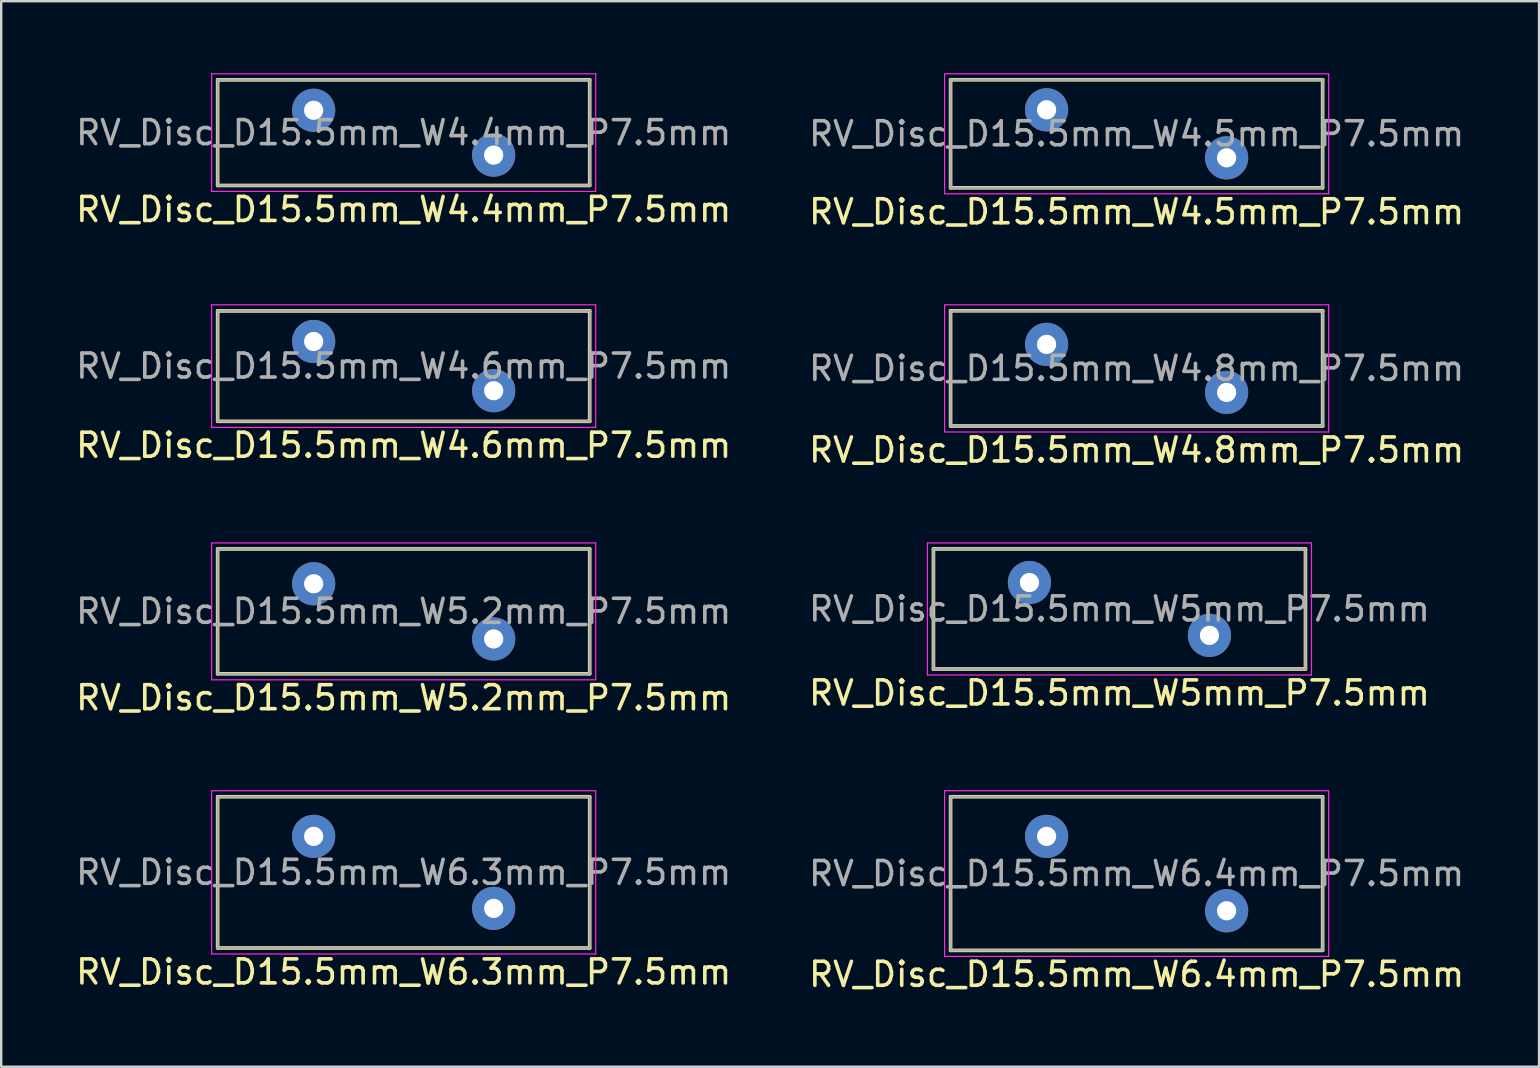
<source format=kicad_pcb>
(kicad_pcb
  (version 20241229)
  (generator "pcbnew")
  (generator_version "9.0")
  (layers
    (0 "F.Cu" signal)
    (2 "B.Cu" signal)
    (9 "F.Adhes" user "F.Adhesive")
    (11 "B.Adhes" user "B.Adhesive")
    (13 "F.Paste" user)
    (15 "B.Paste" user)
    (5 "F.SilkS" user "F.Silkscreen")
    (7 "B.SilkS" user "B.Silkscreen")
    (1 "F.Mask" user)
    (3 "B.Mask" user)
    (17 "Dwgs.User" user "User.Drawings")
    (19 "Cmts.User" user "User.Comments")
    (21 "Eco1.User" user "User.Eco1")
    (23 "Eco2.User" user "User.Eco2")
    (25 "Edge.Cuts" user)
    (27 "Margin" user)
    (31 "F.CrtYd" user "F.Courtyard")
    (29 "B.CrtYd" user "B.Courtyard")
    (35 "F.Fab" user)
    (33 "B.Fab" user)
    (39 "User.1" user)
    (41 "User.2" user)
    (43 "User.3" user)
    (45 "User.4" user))
  (footprint "RV_Disc_D15.5mm_W6.4mm_P7.5mm"
    (layer "F.Cu")
    (at 40.554 31.795)
    (property "Reference" "RV_Disc_D15.5mm_W6.4mm_P7.5mm" (at 3.75 5.75 0) (layer "F.SilkS") (effects (font (size 1 1) (thickness 0.15))))
    (attr through_hole)
    (fp_line (start -4 -1.65) (end -4 4.75) (stroke (width 0.15) (type solid)) (layer "F.SilkS"))
    (fp_line (start -4 -1.65) (end 11.5 -1.65) (stroke (width 0.15) (type solid)) (layer "F.SilkS"))
    (fp_line (start -4 4.75) (end 11.5 4.75) (stroke (width 0.15) (type solid)) (layer "F.SilkS"))
    (fp_line (start 11.5 -1.65) (end 11.5 4.75) (stroke (width 0.15) (type solid)) (layer "F.SilkS"))
    (fp_line (start -4.25 -1.9) (end -4.25 5) (stroke (width 0.05) (type solid)) (layer "F.CrtYd"))
    (fp_line (start -4.25 -1.9) (end 11.75 -1.9) (stroke (width 0.05) (type solid)) (layer "F.CrtYd"))
    (fp_line (start -4.25 5) (end 11.75 5) (stroke (width 0.05) (type solid)) (layer "F.CrtYd"))
    (fp_line (start 11.75 -1.9) (end 11.75 5) (stroke (width 0.05) (type solid)) (layer "F.CrtYd"))
    (fp_line (start -4 -1.65) (end -4 4.75) (stroke (width 0.1) (type solid)) (layer "F.Fab"))
    (fp_line (start -4 -1.65) (end 11.5 -1.65) (stroke (width 0.1) (type solid)) (layer "F.Fab"))
    (fp_line (start -4 4.75) (end 11.5 4.75) (stroke (width 0.1) (type solid)) (layer "F.Fab"))
    (fp_line (start 11.5 -1.65) (end 11.5 4.75) (stroke (width 0.1) (type solid)) (layer "F.Fab"))
    (fp_text user "${REFERENCE}" (at 3.75 1.55 0) (layer "F.Fab") (effects (font (size 1 1) (thickness 0.15))))
    (pad "1" thru_hole circle (at 0 0) (size 1.8 1.8) (drill 0.8) (layers "*.Cu" "*.Mask"))
    (pad "2" thru_hole circle (at 7.5 3.1) (size 1.8 1.8) (drill 0.8) (layers "*.Cu" "*.Mask")))
  (footprint "RV_Disc_D15.5mm_W5.2mm_P7.5mm"
    (layer "F.Cu")
    (at 10.018 21.271)
    (property "Reference" "RV_Disc_D15.5mm_W5.2mm_P7.5mm" (at 3.75 4.75 0) (layer "F.SilkS") (effects (font (size 1 1) (thickness 0.15))))
    (attr through_hole)
    (fp_line (start -4 -1.45) (end -4 3.75) (stroke (width 0.15) (type solid)) (layer "F.SilkS"))
    (fp_line (start -4 -1.45) (end 11.5 -1.45) (stroke (width 0.15) (type solid)) (layer "F.SilkS"))
    (fp_line (start -4 3.75) (end 11.5 3.75) (stroke (width 0.15) (type solid)) (layer "F.SilkS"))
    (fp_line (start 11.5 -1.45) (end 11.5 3.75) (stroke (width 0.15) (type solid)) (layer "F.SilkS"))
    (fp_line (start -4.25 -1.7) (end -4.25 4) (stroke (width 0.05) (type solid)) (layer "F.CrtYd"))
    (fp_line (start -4.25 -1.7) (end 11.75 -1.7) (stroke (width 0.05) (type solid)) (layer "F.CrtYd"))
    (fp_line (start -4.25 4) (end 11.75 4) (stroke (width 0.05) (type solid)) (layer "F.CrtYd"))
    (fp_line (start 11.75 -1.7) (end 11.75 4) (stroke (width 0.05) (type solid)) (layer "F.CrtYd"))
    (fp_line (start -4 -1.45) (end -4 3.75) (stroke (width 0.1) (type solid)) (layer "F.Fab"))
    (fp_line (start -4 -1.45) (end 11.5 -1.45) (stroke (width 0.1) (type solid)) (layer "F.Fab"))
    (fp_line (start -4 3.75) (end 11.5 3.75) (stroke (width 0.1) (type solid)) (layer "F.Fab"))
    (fp_line (start 11.5 -1.45) (end 11.5 3.75) (stroke (width 0.1) (type solid)) (layer "F.Fab"))
    (fp_text user "${REFERENCE}" (at 3.75 1.15 0) (layer "F.Fab") (effects (font (size 1 1) (thickness 0.15))))
    (pad "1" thru_hole circle (at 0 0) (size 1.8 1.8) (drill 0.8) (layers "*.Cu" "*.Mask"))
    (pad "2" thru_hole circle (at 7.5 2.3) (size 1.8 1.8) (drill 0.8) (layers "*.Cu" "*.Mask")))
  (footprint "RV_Disc_D15.5mm_W6.3mm_P7.5mm"
    (layer "F.Cu")
    (at 10.018 31.795)
    (property "Reference" "RV_Disc_D15.5mm_W6.3mm_P7.5mm" (at 3.75 5.65 0) (layer "F.SilkS") (effects (font (size 1 1) (thickness 0.15))))
    (attr through_hole)
    (fp_line (start -4 -1.65) (end -4 4.65) (stroke (width 0.15) (type solid)) (layer "F.SilkS"))
    (fp_line (start -4 -1.65) (end 11.5 -1.65) (stroke (width 0.15) (type solid)) (layer "F.SilkS"))
    (fp_line (start -4 4.65) (end 11.5 4.65) (stroke (width 0.15) (type solid)) (layer "F.SilkS"))
    (fp_line (start 11.5 -1.65) (end 11.5 4.65) (stroke (width 0.15) (type solid)) (layer "F.SilkS"))
    (fp_line (start -4.25 -1.9) (end -4.25 4.9) (stroke (width 0.05) (type solid)) (layer "F.CrtYd"))
    (fp_line (start -4.25 -1.9) (end 11.75 -1.9) (stroke (width 0.05) (type solid)) (layer "F.CrtYd"))
    (fp_line (start -4.25 4.9) (end 11.75 4.9) (stroke (width 0.05) (type solid)) (layer "F.CrtYd"))
    (fp_line (start 11.75 -1.9) (end 11.75 4.9) (stroke (width 0.05) (type solid)) (layer "F.CrtYd"))
    (fp_line (start -4 -1.65) (end -4 4.65) (stroke (width 0.1) (type solid)) (layer "F.Fab"))
    (fp_line (start -4 -1.65) (end 11.5 -1.65) (stroke (width 0.1) (type solid)) (layer "F.Fab"))
    (fp_line (start -4 4.65) (end 11.5 4.65) (stroke (width 0.1) (type solid)) (layer "F.Fab"))
    (fp_line (start 11.5 -1.65) (end 11.5 4.65) (stroke (width 0.1) (type solid)) (layer "F.Fab"))
    (fp_text user "${REFERENCE}" (at 3.75 1.5 0) (layer "F.Fab") (effects (font (size 1 1) (thickness 0.15))))
    (pad "1" thru_hole circle (at 0 0) (size 1.8 1.8) (drill 0.8) (layers "*.Cu" "*.Mask"))
    (pad "2" thru_hole circle (at 7.5 3) (size 1.8 1.8) (drill 0.8) (layers "*.Cu" "*.Mask")))
  (footprint "RV_Disc_D15.5mm_W4.8mm_P7.5mm"
    (layer "F.Cu")
    (at 40.554 11.298)
    (property "Reference" "RV_Disc_D15.5mm_W4.8mm_P7.5mm" (at 3.75 4.4 0) (layer "F.SilkS") (effects (font (size 1 1) (thickness 0.15))))
    (attr through_hole)
    (fp_line (start -4 -1.4) (end -4 3.4) (stroke (width 0.15) (type solid)) (layer "F.SilkS"))
    (fp_line (start -4 -1.4) (end 11.5 -1.4) (stroke (width 0.15) (type solid)) (layer "F.SilkS"))
    (fp_line (start -4 3.4) (end 11.5 3.4) (stroke (width 0.15) (type solid)) (layer "F.SilkS"))
    (fp_line (start 11.5 -1.4) (end 11.5 3.4) (stroke (width 0.15) (type solid)) (layer "F.SilkS"))
    (fp_line (start -4.25 -1.65) (end -4.25 3.65) (stroke (width 0.05) (type solid)) (layer "F.CrtYd"))
    (fp_line (start -4.25 -1.65) (end 11.75 -1.65) (stroke (width 0.05) (type solid)) (layer "F.CrtYd"))
    (fp_line (start -4.25 3.65) (end 11.75 3.65) (stroke (width 0.05) (type solid)) (layer "F.CrtYd"))
    (fp_line (start 11.75 -1.65) (end 11.75 3.65) (stroke (width 0.05) (type solid)) (layer "F.CrtYd"))
    (fp_line (start -4 -1.4) (end -4 3.4) (stroke (width 0.1) (type solid)) (layer "F.Fab"))
    (fp_line (start -4 -1.4) (end 11.5 -1.4) (stroke (width 0.1) (type solid)) (layer "F.Fab"))
    (fp_line (start -4 3.4) (end 11.5 3.4) (stroke (width 0.1) (type solid)) (layer "F.Fab"))
    (fp_line (start 11.5 -1.4) (end 11.5 3.4) (stroke (width 0.1) (type solid)) (layer "F.Fab"))
    (fp_text user "${REFERENCE}" (at 3.75 1 0) (layer "F.Fab") (effects (font (size 1 1) (thickness 0.15))))
    (pad "1" thru_hole circle (at 0 0) (size 1.8 1.8) (drill 0.8) (layers "*.Cu" "*.Mask"))
    (pad "2" thru_hole circle (at 7.5 2) (size 1.8 1.8) (drill 0.8) (layers "*.Cu" "*.Mask")))
  (footprint "RV_Disc_D15.5mm_W4.5mm_P7.5mm"
    (layer "F.Cu")
    (at 40.554 1.525)
    (property "Reference" "RV_Disc_D15.5mm_W4.5mm_P7.5mm" (at 3.75 4.25 0) (layer "F.SilkS") (effects (font (size 1 1) (thickness 0.15))))
    (attr through_hole)
    (fp_line (start -4 -1.25) (end -4 3.25) (stroke (width 0.15) (type solid)) (layer "F.SilkS"))
    (fp_line (start -4 -1.25) (end 11.5 -1.25) (stroke (width 0.15) (type solid)) (layer "F.SilkS"))
    (fp_line (start -4 3.25) (end 11.5 3.25) (stroke (width 0.15) (type solid)) (layer "F.SilkS"))
    (fp_line (start 11.5 -1.25) (end 11.5 3.25) (stroke (width 0.15) (type solid)) (layer "F.SilkS"))
    (fp_line (start -4.25 -1.5) (end -4.25 3.5) (stroke (width 0.05) (type solid)) (layer "F.CrtYd"))
    (fp_line (start -4.25 -1.5) (end 11.75 -1.5) (stroke (width 0.05) (type solid)) (layer "F.CrtYd"))
    (fp_line (start -4.25 3.5) (end 11.75 3.5) (stroke (width 0.05) (type solid)) (layer "F.CrtYd"))
    (fp_line (start 11.75 -1.5) (end 11.75 3.5) (stroke (width 0.05) (type solid)) (layer "F.CrtYd"))
    (fp_line (start -4 -1.25) (end -4 3.25) (stroke (width 0.1) (type solid)) (layer "F.Fab"))
    (fp_line (start -4 -1.25) (end 11.5 -1.25) (stroke (width 0.1) (type solid)) (layer "F.Fab"))
    (fp_line (start -4 3.25) (end 11.5 3.25) (stroke (width 0.1) (type solid)) (layer "F.Fab"))
    (fp_line (start 11.5 -1.25) (end 11.5 3.25) (stroke (width 0.1) (type solid)) (layer "F.Fab"))
    (fp_text user "${REFERENCE}" (at 3.75 1 0) (layer "F.Fab") (effects (font (size 1 1) (thickness 0.15))))
    (pad "1" thru_hole circle (at 0 0) (size 1.8 1.8) (drill 0.8) (layers "*.Cu" "*.Mask"))
    (pad "2" thru_hole circle (at 7.5 2) (size 1.8 1.8) (drill 0.8) (layers "*.Cu" "*.Mask")))
  (footprint "RV_Disc_D15.5mm_W4.6mm_P7.5mm"
    (layer "F.Cu")
    (at 10.018 11.178)
    (property "Reference" "RV_Disc_D15.5mm_W4.6mm_P7.5mm" (at 3.75 4.325 0) (layer "F.SilkS") (effects (font (size 1 1) (thickness 0.15))))
    (attr through_hole)
    (fp_line (start -4 -1.275) (end -4 3.325) (stroke (width 0.15) (type solid)) (layer "F.SilkS"))
    (fp_line (start -4 -1.275) (end 11.5 -1.275) (stroke (width 0.15) (type solid)) (layer "F.SilkS"))
    (fp_line (start -4 3.325) (end 11.5 3.325) (stroke (width 0.15) (type solid)) (layer "F.SilkS"))
    (fp_line (start 11.5 -1.275) (end 11.5 3.325) (stroke (width 0.15) (type solid)) (layer "F.SilkS"))
    (fp_line (start -4.25 -1.53) (end -4.25 3.58) (stroke (width 0.05) (type solid)) (layer "F.CrtYd"))
    (fp_line (start -4.25 -1.53) (end 11.75 -1.53) (stroke (width 0.05) (type solid)) (layer "F.CrtYd"))
    (fp_line (start -4.25 3.58) (end 11.75 3.58) (stroke (width 0.05) (type solid)) (layer "F.CrtYd"))
    (fp_line (start 11.75 -1.53) (end 11.75 3.58) (stroke (width 0.05) (type solid)) (layer "F.CrtYd"))
    (fp_line (start -4 -1.275) (end -4 3.325) (stroke (width 0.1) (type solid)) (layer "F.Fab"))
    (fp_line (start -4 -1.275) (end 11.5 -1.275) (stroke (width 0.1) (type solid)) (layer "F.Fab"))
    (fp_line (start -4 3.325) (end 11.5 3.325) (stroke (width 0.1) (type solid)) (layer "F.Fab"))
    (fp_line (start 11.5 -1.275) (end 11.5 3.325) (stroke (width 0.1) (type solid)) (layer "F.Fab"))
    (fp_text user "${REFERENCE}" (at 3.75 1.025 0) (layer "F.Fab") (effects (font (size 1 1) (thickness 0.15))))
    (pad "1" thru_hole circle (at 0 0) (size 1.8 1.8) (drill 0.8) (layers "*.Cu" "*.Mask"))
    (pad "2" thru_hole circle (at 7.5 2.05) (size 1.8 1.8) (drill 0.8) (layers "*.Cu" "*.Mask")))
  (footprint "RV_Disc_D15.5mm_W5mm_P7.5mm"
    (layer "F.Cu")
    (at 39.839 21.221)
    (property "Reference" "RV_Disc_D15.5mm_W5mm_P7.5mm" (at 3.75 4.6 0) (layer "F.SilkS") (effects (font (size 1 1) (thickness 0.15))))
    (attr through_hole)
    (fp_line (start -4 -1.4) (end -4 3.6) (stroke (width 0.15) (type solid)) (layer "F.SilkS"))
    (fp_line (start -4 -1.4) (end 11.5 -1.4) (stroke (width 0.15) (type solid)) (layer "F.SilkS"))
    (fp_line (start -4 3.6) (end 11.5 3.6) (stroke (width 0.15) (type solid)) (layer "F.SilkS"))
    (fp_line (start 11.5 -1.4) (end 11.5 3.6) (stroke (width 0.15) (type solid)) (layer "F.SilkS"))
    (fp_line (start -4.25 -1.65) (end -4.25 3.85) (stroke (width 0.05) (type solid)) (layer "F.CrtYd"))
    (fp_line (start -4.25 -1.65) (end 11.75 -1.65) (stroke (width 0.05) (type solid)) (layer "F.CrtYd"))
    (fp_line (start -4.25 3.85) (end 11.75 3.85) (stroke (width 0.05) (type solid)) (layer "F.CrtYd"))
    (fp_line (start 11.75 -1.65) (end 11.75 3.85) (stroke (width 0.05) (type solid)) (layer "F.CrtYd"))
    (fp_line (start -4 -1.4) (end -4 3.6) (stroke (width 0.1) (type solid)) (layer "F.Fab"))
    (fp_line (start -4 -1.4) (end 11.5 -1.4) (stroke (width 0.1) (type solid)) (layer "F.Fab"))
    (fp_line (start -4 3.6) (end 11.5 3.6) (stroke (width 0.1) (type solid)) (layer "F.Fab"))
    (fp_line (start 11.5 -1.4) (end 11.5 3.6) (stroke (width 0.1) (type solid)) (layer "F.Fab"))
    (fp_text user "${REFERENCE}" (at 3.75 1.1 0) (layer "F.Fab") (effects (font (size 1 1) (thickness 0.15))))
    (pad "1" thru_hole circle (at 0 0) (size 1.8 1.8) (drill 0.8) (layers "*.Cu" "*.Mask"))
    (pad "2" thru_hole circle (at 7.5 2.2) (size 1.8 1.8) (drill 0.8) (layers "*.Cu" "*.Mask")))
  (footprint "RV_Disc_D15.5mm_W4.4mm_P7.5mm"
    (layer "F.Cu")
    (at 10.018 1.545)
    (property "Reference" "RV_Disc_D15.5mm_W4.4mm_P7.5mm" (at 3.75 4.133 0) (layer "F.SilkS") (effects (font (size 1 1) (thickness 0.15))))
    (attr through_hole)
    (fp_line (start -4 -1.267) (end -4 3.133) (stroke (width 0.15) (type solid)) (layer "F.SilkS"))
    (fp_line (start -4 -1.267) (end 11.5 -1.267) (stroke (width 0.15) (type solid)) (layer "F.SilkS"))
    (fp_line (start -4 3.133) (end 11.5 3.133) (stroke (width 0.15) (type solid)) (layer "F.SilkS"))
    (fp_line (start 11.5 -1.267) (end 11.5 3.133) (stroke (width 0.15) (type solid)) (layer "F.SilkS"))
    (fp_line (start -4.25 -1.52) (end -4.25 3.38) (stroke (width 0.05) (type solid)) (layer "F.CrtYd"))
    (fp_line (start -4.25 -1.52) (end 11.75 -1.52) (stroke (width 0.05) (type solid)) (layer "F.CrtYd"))
    (fp_line (start -4.25 3.38) (end 11.75 3.38) (stroke (width 0.05) (type solid)) (layer "F.CrtYd"))
    (fp_line (start 11.75 -1.52) (end 11.75 3.38) (stroke (width 0.05) (type solid)) (layer "F.CrtYd"))
    (fp_line (start -4 -1.267) (end -4 3.133) (stroke (width 0.1) (type solid)) (layer "F.Fab"))
    (fp_line (start -4 -1.267) (end 11.5 -1.267) (stroke (width 0.1) (type solid)) (layer "F.Fab"))
    (fp_line (start -4 3.133) (end 11.5 3.133) (stroke (width 0.1) (type solid)) (layer "F.Fab"))
    (fp_line (start 11.5 -1.267) (end 11.5 3.133) (stroke (width 0.1) (type solid)) (layer "F.Fab"))
    (fp_text user "${REFERENCE}" (at 3.75 0.933 0) (layer "F.Fab") (effects (font (size 1 1) (thickness 0.15))))
    (pad "1" thru_hole circle (at 0 0) (size 1.8 1.8) (drill 0.8) (layers "*.Cu" "*.Mask"))
    (pad "2" thru_hole circle (at 7.5 1.867) (size 1.8 1.8) (drill 0.8) (layers "*.Cu" "*.Mask")))
  (gr_rect
    (start -3 -3)
    (end 61.071 41.393)
    (stroke (width 0.1) (type default))
    (fill no)
    (layer "Edge.Cuts")))
</source>
